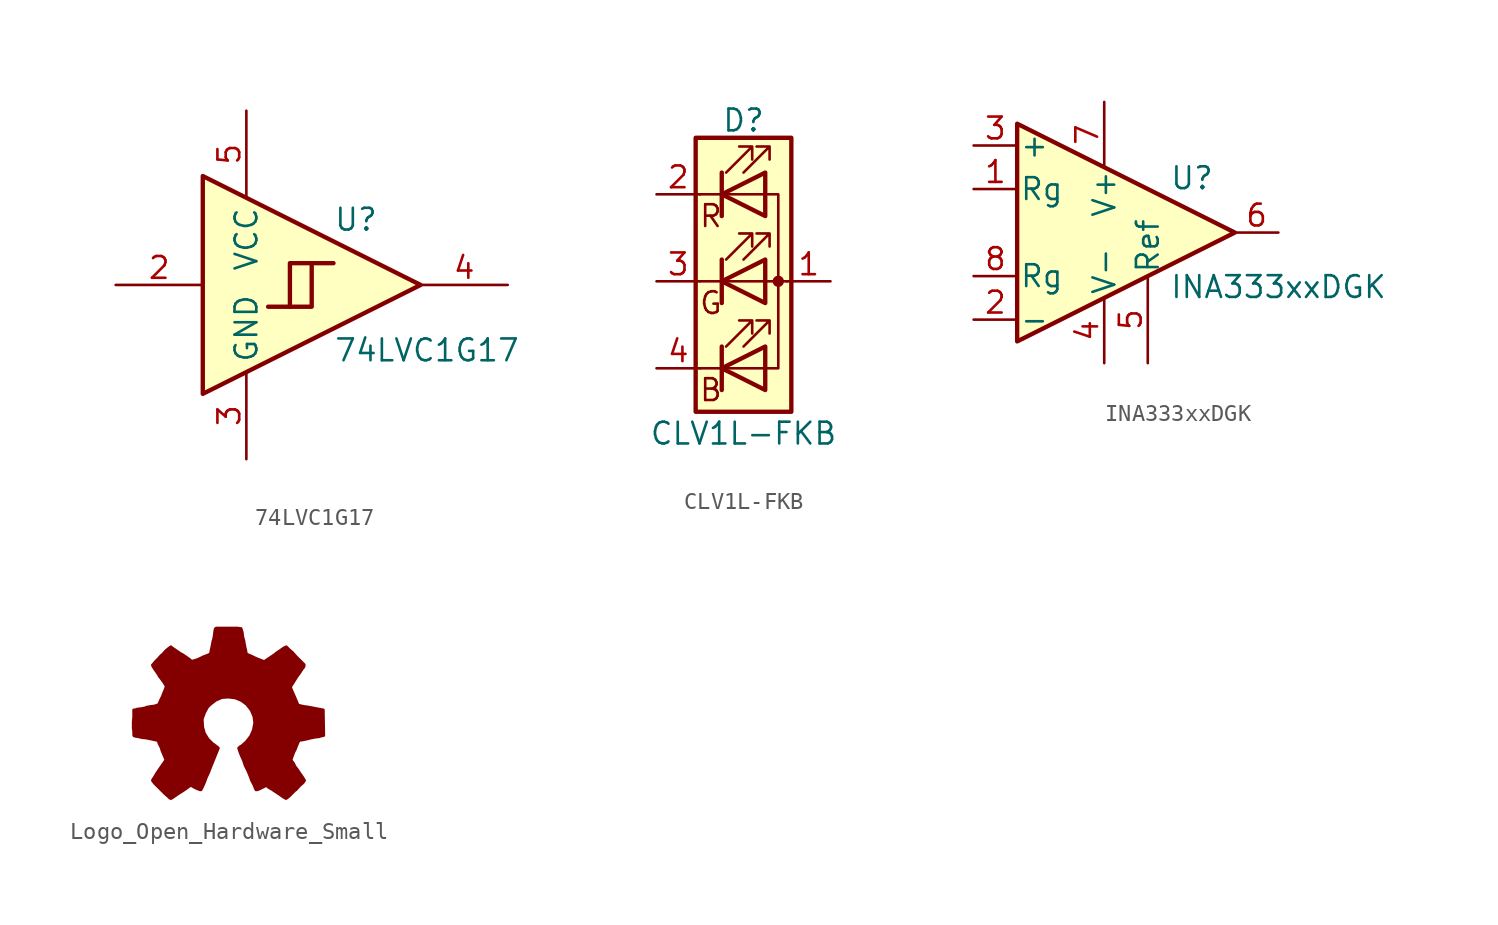
<source format=kicad_sym>
(kicad_symbol_lib
  (version 20241209)
  (generator "kicad_symbol_editor")
  (generator_version "9.0")
  (symbol "74LVC1G17"
    (property "Reference" "U"
      (at 0 3.81 0)
      (effects (font (size 1.27 1.27)) (justify left)))
    (property "Value" "74LVC1G17"
      (at 0 -3.81 0)
      (effects (font (size 1.27 1.27)) (justify left)))
    (symbol "74LVC1G17_0_1"
      (polyline (pts (xy -7.62 6.35) (xy -7.62 -6.35) (xy 5.08 0) (xy -7.62 6.35)) (stroke (width 0.254) (type default)) (fill (type background)))
      (polyline (pts (xy -3.81 -1.27) (xy -2.54 -1.27) (xy -2.54 1.27) (xy -1.27 1.27)) (stroke (width 0.254) (type default)) (fill (type background)))
      (polyline (pts (xy -2.54 -1.27) (xy -1.27 -1.27) (xy -1.27 1.27) (xy 0 1.27)) (stroke (width 0.254) (type default)) (fill (type background))))
    (symbol "74LVC1G17_1_1"
      (pin input line (at -12.7 0 0) (length 5.08) (name "~" (effects (font (size 1.27 1.27)))) (number "2" (effects (font (size 1.27 1.27)))))
      (pin no_connect line (at -7.62 5.08 180) (length 5.08) (hide yes) (name "NC" (effects (font (size 1.27 1.27)))) (number "1" (effects (font (size 1.27 1.27)))))
      (pin power_in line (at -5.08 10.16 270) (length 5.08) (name "VCC" (effects (font (size 1.27 1.27)))) (number "5" (effects (font (size 1.27 1.27)))))
      (pin power_in line (at -5.08 -10.16 90) (length 5.08) (name "GND" (effects (font (size 1.27 1.27)))) (number "3" (effects (font (size 1.27 1.27)))))
      (pin output line (at 10.16 0 180) (length 5.08) (name "~" (effects (font (size 1.27 1.27)))) (number "4" (effects (font (size 1.27 1.27)))))))
  (symbol "CLV1L-FKB"
    (pin_names
      (offset 0)
      (hide yes))
    (property "Reference" "D"
      (at 0 9.398 0)
      (effects (font (size 1.27 1.27))))
    (property "Value" "CLV1L-FKB"
      (at 0 -8.89 0)
      (effects (font (size 1.27 1.27))))
    (symbol "CLV1L-FKB_0_0"
      (text "R" (at -1.905 3.81 0) (effects (font (size 1.27 1.27))))
      (text "G" (at -1.905 -1.27 0) (effects (font (size 1.27 1.27))))
      (text "B" (at -1.905 -6.35 0) (effects (font (size 1.27 1.27)))))
    (symbol "CLV1L-FKB_0_1"
      (polyline (pts (xy -2.54 -5.08) (xy 1.27 -5.08)) (stroke (width 0) (type default)) (fill (type none)))
      (polyline (pts (xy -1.27 6.35) (xy -1.27 3.81)) (stroke (width 0.254) (type default)) (fill (type none)))
      (polyline (pts (xy -1.27 1.27) (xy -1.27 -1.27)) (stroke (width 0.254) (type default)) (fill (type none)))
      (polyline (pts (xy -1.27 -3.81) (xy -1.27 -6.35)) (stroke (width 0.254) (type default)) (fill (type none)))
      (polyline (pts (xy -1.016 6.35) (xy 0.508 7.874) (xy -0.254 7.874) (xy 0.508 7.874) (xy 0.508 7.112)) (stroke (width 0) (type default)) (fill (type none)))
      (polyline (pts (xy -1.016 1.27) (xy 0.508 2.794) (xy -0.254 2.794) (xy 0.508 2.794) (xy 0.508 2.032)) (stroke (width 0) (type default)) (fill (type none)))
      (polyline (pts (xy -1.016 -3.81) (xy 0.508 -2.286) (xy -0.254 -2.286) (xy 0.508 -2.286) (xy 0.508 -3.048)) (stroke (width 0) (type default)) (fill (type none)))
      (polyline (pts (xy 0 6.35) (xy 1.524 7.874) (xy 0.762 7.874) (xy 1.524 7.874) (xy 1.524 7.112)) (stroke (width 0) (type default)) (fill (type none)))
      (polyline (pts (xy 0 1.27) (xy 1.524 2.794) (xy 0.762 2.794) (xy 1.524 2.794) (xy 1.524 2.032)) (stroke (width 0) (type default)) (fill (type none)))
      (polyline (pts (xy 0 -3.81) (xy 1.524 -2.286) (xy 0.762 -2.286) (xy 1.524 -2.286) (xy 1.524 -3.048)) (stroke (width 0) (type default)) (fill (type none)))
      (polyline (pts (xy 1.27 6.35) (xy 1.27 3.81) (xy -1.27 5.08) (xy 1.27 6.35)) (stroke (width 0.254) (type default)) (fill (type none)))
      (rectangle (start 1.27 6.35) (end 1.27 6.35) (stroke (width 0) (type default)) (fill (type none)))
      (polyline (pts (xy 1.27 5.08) (xy -2.54 5.08)) (stroke (width 0) (type default)) (fill (type none)))
      (polyline (pts (xy 1.27 1.27) (xy 1.27 -1.27) (xy -1.27 0) (xy 1.27 1.27)) (stroke (width 0.254) (type default)) (fill (type none)))
      (polyline (pts (xy 1.27 -3.81) (xy 1.27 -6.35) (xy -1.27 -5.08) (xy 1.27 -3.81)) (stroke (width 0.254) (type default)) (fill (type none)))
      (polyline (pts (xy 1.27 -5.08) (xy 2.032 -5.08) (xy 2.032 5.08) (xy 1.27 5.08)) (stroke (width 0) (type default)) (fill (type none)))
      (circle (center 2.032 0) (radius 0.254) (stroke (width 0) (type default)) (fill (type outline)))
      (polyline (pts (xy 2.54 0) (xy -2.54 0)) (stroke (width 0) (type default)) (fill (type none)))
      (rectangle (start 2.794 8.382) (end -2.794 -7.62) (stroke (width 0.254) (type default)) (fill (type background))))
    (symbol "CLV1L-FKB_1_1"
      (pin passive line (at -5.08 5.08 0) (length 2.54) (name "RK" (effects (font (size 1.27 1.27)))) (number "2" (effects (font (size 1.27 1.27)))))
      (pin passive line (at -5.08 0 0) (length 2.54) (name "GK" (effects (font (size 1.27 1.27)))) (number "3" (effects (font (size 1.27 1.27)))))
      (pin passive line (at -5.08 -5.08 0) (length 2.54) (name "BK" (effects (font (size 1.27 1.27)))) (number "4" (effects (font (size 1.27 1.27)))))
      (pin passive line (at 5.08 0 180) (length 2.54) (name "A" (effects (font (size 1.27 1.27)))) (number "1" (effects (font (size 1.27 1.27)))))))
  (symbol "INA333xxDGK"
    (pin_names
      (offset 0.127))
    (property "Reference" "U"
      (at 3.81 3.175 0)
      (effects (font (size 1.27 1.27)) (justify left)))
    (property "Value" "INA333xxDGK"
      (at 3.81 -3.175 0)
      (effects (font (size 1.27 1.27)) (justify left)))
    (symbol "INA333xxDGK_0_1"
      (polyline (pts (xy 7.62 0) (xy -5.08 6.35) (xy -5.08 -6.35) (xy 7.62 0)) (stroke (width 0.254) (type default)) (fill (type background))))
    (symbol "INA333xxDGK_1_1"
      (pin input line (at -7.62 5.08 0) (length 2.54) (name "+" (effects (font (size 1.27 1.27)))) (number "3" (effects (font (size 1.27 1.27)))))
      (pin passive line (at -7.62 2.54 0) (length 2.54) (name "Rg" (effects (font (size 1.27 1.27)))) (number "1" (effects (font (size 1.27 1.27)))))
      (pin passive line (at -7.62 -2.54 0) (length 2.54) (name "Rg" (effects (font (size 1.27 1.27)))) (number "8" (effects (font (size 1.27 1.27)))))
      (pin input line (at -7.62 -5.08 0) (length 2.54) (name "-" (effects (font (size 1.27 1.27)))) (number "2" (effects (font (size 1.27 1.27)))))
      (pin power_in line (at 0 7.62 270) (length 3.81) (name "V+" (effects (font (size 1.27 1.27)))) (number "7" (effects (font (size 1.27 1.27)))))
      (pin power_in line (at 0 -7.62 90) (length 3.81) (name "V-" (effects (font (size 1.27 1.27)))) (number "4" (effects (font (size 1.27 1.27)))))
      (pin input line (at 2.54 -7.62 90) (length 5.08) (name "Ref" (effects (font (size 1.27 1.27)))) (number "5" (effects (font (size 1.27 1.27)))))
      (pin output line (at 10.16 0 180) (length 2.54) (name "~" (effects (font (size 1.27 1.27)))) (number "6" (effects (font (size 1.27 1.27)))))))
  (symbol "Logo_Open_Hardware_Small"
    (property "Reference" "#SYM"
      (at 0 6.985 0)
      (effects (font (size 1.27 1.27)) (hide yes)))
    (symbol "Logo_Open_Hardware_Small_0_1"
      (polyline (pts (xy 3.353 -4.343) (xy 3.302 -4.318) (xy 3.175 -4.242) (xy 2.997 -4.115) (xy 2.769 -3.962) (xy 2.54 -3.81) (xy 2.362 -3.708) (xy 2.235 -3.607) (xy 2.184 -3.581) (xy 2.159 -3.607) (xy 2.057 -3.658) (xy 1.905 -3.734) (xy 1.803 -3.785) (xy 1.676 -3.835) (xy 1.6 -3.835) (xy 1.6 -3.835) (xy 1.549 -3.734) (xy 1.473 -3.531) (xy 1.346 -3.302) (xy 1.245 -3.023) (xy 1.118 -2.718) (xy 0.965 -2.413) (xy 0.864 -2.108) (xy 0.737 -1.829) (xy 0.66 -1.626) (xy 0.61 -1.473) (xy 0.584 -1.397) (xy 0.584 -1.397) (xy 0.66 -1.321) (xy 0.787 -1.245) (xy 1.041 -1.016) (xy 1.295 -0.686) (xy 1.448 -0.33) (xy 1.524 0.076) (xy 1.473 0.457) (xy 1.321 0.813) (xy 1.067 1.143) (xy 0.762 1.372) (xy 0.406 1.524) (xy 0 1.575) (xy -0.381 1.549) (xy -0.737 1.397) (xy -1.067 1.143) (xy -1.219 0.991) (xy -1.397 0.66) (xy -1.524 0.305) (xy -1.524 0.229) (xy -1.499 -0.178) (xy -1.397 -0.533) (xy -1.194 -0.864) (xy -0.914 -1.143) (xy -0.864 -1.168) (xy -0.737 -1.27) (xy -0.635 -1.346) (xy -0.584 -1.397) (xy -1.067 -2.591) (xy -1.143 -2.794) (xy -1.295 -3.124) (xy -1.397 -3.404) (xy -1.499 -3.632) (xy -1.575 -3.785) (xy -1.6 -3.835) (xy -1.6 -3.835) (xy -1.651 -3.835) (xy -1.727 -3.81) (xy -1.905 -3.734) (xy -2.007 -3.683) (xy -2.134 -3.607) (xy -2.21 -3.581) (xy -2.261 -3.607) (xy -2.362 -3.683) (xy -2.54 -3.81) (xy -2.769 -3.962) (xy -2.972 -4.089) (xy -3.15 -4.216) (xy -3.302 -4.318) (xy -3.353 -4.343) (xy -3.378 -4.343) (xy -3.429 -4.318) (xy -3.531 -4.216) (xy -3.708 -4.064) (xy -3.937 -3.835) (xy -3.962 -3.81) (xy -4.166 -3.607) (xy -4.318 -3.454) (xy -4.42 -3.327) (xy -4.445 -3.277) (xy -4.445 -3.277) (xy -4.42 -3.226) (xy -4.318 -3.073) (xy -4.216 -2.896) (xy -4.064 -2.667) (xy -3.658 -2.083) (xy -3.886 -1.549) (xy -3.937 -1.372) (xy -4.039 -1.168) (xy -4.089 -1.041) (xy -4.115 -0.965) (xy -4.191 -0.94) (xy -4.318 -0.914) (xy -4.547 -0.864) (xy -4.801 -0.813) (xy -5.055 -0.787) (xy -5.258 -0.737) (xy -5.436 -0.711) (xy -5.512 -0.686) (xy -5.512 -0.686) (xy -5.537 -0.635) (xy -5.537 -0.559) (xy -5.537 -0.432) (xy -5.563 -0.229) (xy -5.563 0.076) (xy -5.563 0.127) (xy -5.537 0.406) (xy -5.537 0.635) (xy -5.537 0.762) (xy -5.537 0.838) (xy -5.537 0.838) (xy -5.461 0.838) (xy -5.309 0.889) (xy -5.08 0.914) (xy -4.826 0.965) (xy -4.801 0.991) (xy -4.547 1.041) (xy -4.318 1.067) (xy -4.166 1.118) (xy -4.089 1.143) (xy -4.089 1.143) (xy -4.039 1.245) (xy -3.962 1.422) (xy -3.861 1.626) (xy -3.785 1.829) (xy -3.708 2.007) (xy -3.658 2.159) (xy -3.632 2.21) (xy -3.632 2.21) (xy -3.683 2.286) (xy -3.759 2.413) (xy -3.886 2.591) (xy -4.064 2.819) (xy -4.064 2.845) (xy -4.216 3.073) (xy -4.343 3.251) (xy -4.42 3.378) (xy -4.445 3.454) (xy -4.445 3.454) (xy -4.394 3.505) (xy -4.293 3.632) (xy -4.115 3.81) (xy -3.937 4.013) (xy -3.861 4.064) (xy -3.658 4.293) (xy -3.505 4.42) (xy -3.404 4.496) (xy -3.353 4.521) (xy -3.353 4.521) (xy -3.302 4.47) (xy -3.15 4.369) (xy -2.972 4.242) (xy -2.743 4.089) (xy -2.718 4.089) (xy -2.489 3.937) (xy -2.311 3.81) (xy -2.184 3.708) (xy -2.134 3.683) (xy -2.108 3.683) (xy -2.032 3.708) (xy -1.854 3.759) (xy -1.676 3.835) (xy -1.473 3.937) (xy -1.27 4.013) (xy -1.143 4.064) (xy -1.067 4.115) (xy -1.067 4.115) (xy -1.041 4.191) (xy -1.016 4.343) (xy -0.965 4.572) (xy -0.914 4.851) (xy -0.889 4.902) (xy -0.838 5.156) (xy -0.813 5.385) (xy -0.787 5.537) (xy -0.762 5.588) (xy -0.711 5.613) (xy -0.584 5.613) (xy -0.406 5.613) (xy -0.152 5.613) (xy 0.076 5.613) (xy 0.33 5.613) (xy 0.533 5.613) (xy 0.686 5.588) (xy 0.737 5.588) (xy 0.737 5.588) (xy 0.762 5.512) (xy 0.813 5.334) (xy 0.838 5.105) (xy 0.914 4.826) (xy 0.914 4.775) (xy 0.965 4.521) (xy 1.016 4.293) (xy 1.041 4.14) (xy 1.067 4.089) (xy 1.067 4.089) (xy 1.194 4.039) (xy 1.372 3.962) (xy 1.575 3.861) (xy 2.083 3.658) (xy 2.718 4.089) (xy 2.769 4.14) (xy 2.997 4.293) (xy 3.175 4.42) (xy 3.302 4.496) (xy 3.378 4.521) (xy 3.378 4.521) (xy 3.429 4.47) (xy 3.556 4.343) (xy 3.734 4.191) (xy 3.912 3.988) (xy 4.064 3.835) (xy 4.242 3.658) (xy 4.343 3.556) (xy 4.42 3.48) (xy 4.42 3.429) (xy 4.42 3.404) (xy 4.394 3.327) (xy 4.293 3.2) (xy 4.166 2.997) (xy 4.013 2.794) (xy 3.886 2.591) (xy 3.759 2.388) (xy 3.658 2.235) (xy 3.632 2.159) (xy 3.632 2.134) (xy 3.683 2.007) (xy 3.759 1.829) (xy 3.861 1.6) (xy 4.064 1.118) (xy 4.394 1.041) (xy 4.597 1.016) (xy 4.877 0.965) (xy 5.131 0.914) (xy 5.537 0.838) (xy 5.563 -0.66) (xy 5.486 -0.686) (xy 5.436 -0.686) (xy 5.283 -0.737) (xy 5.055 -0.762) (xy 4.801 -0.813) (xy 4.597 -0.864) (xy 4.369 -0.914) (xy 4.216 -0.94) (xy 4.14 -0.94) (xy 4.115 -0.965) (xy 4.064 -1.067) (xy 3.988 -1.245) (xy 3.912 -1.448) (xy 3.81 -1.651) (xy 3.734 -1.854) (xy 3.683 -2.007) (xy 3.658 -2.083) (xy 3.683 -2.134) (xy 3.785 -2.261) (xy 3.886 -2.464) (xy 4.039 -2.667) (xy 4.191 -2.896) (xy 4.318 -3.073) (xy 4.394 -3.2) (xy 4.445 -3.277) (xy 4.42 -3.327) (xy 4.343 -3.429) (xy 4.166 -3.581) (xy 3.937 -3.835) (xy 3.886 -3.861) (xy 3.683 -4.064) (xy 3.531 -4.216) (xy 3.404 -4.318) (xy 3.353 -4.343)) (stroke (width 0) (type default)) (fill (type outline))))))
</source>
